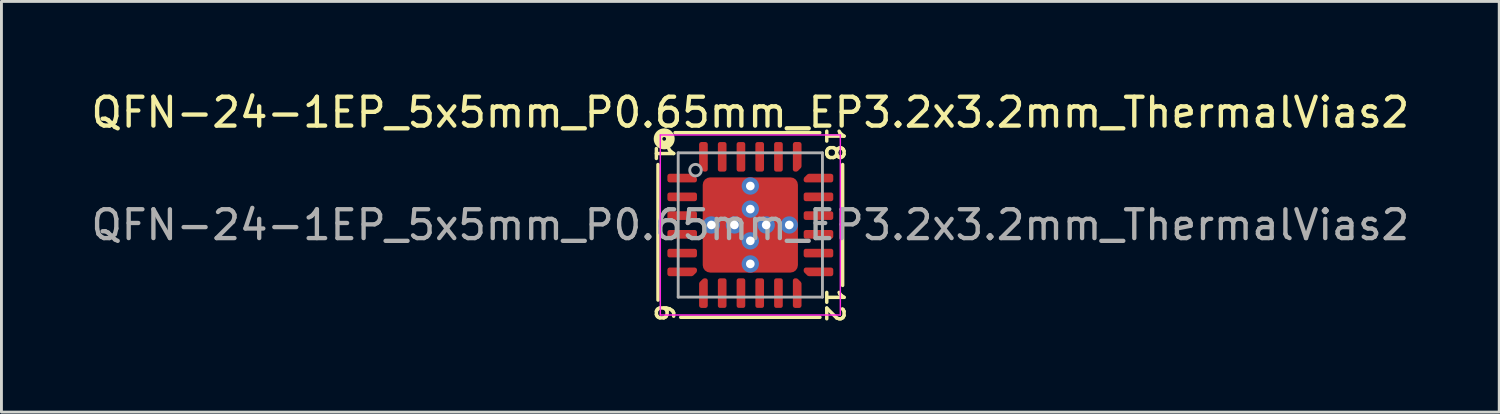
<source format=kicad_pcb>
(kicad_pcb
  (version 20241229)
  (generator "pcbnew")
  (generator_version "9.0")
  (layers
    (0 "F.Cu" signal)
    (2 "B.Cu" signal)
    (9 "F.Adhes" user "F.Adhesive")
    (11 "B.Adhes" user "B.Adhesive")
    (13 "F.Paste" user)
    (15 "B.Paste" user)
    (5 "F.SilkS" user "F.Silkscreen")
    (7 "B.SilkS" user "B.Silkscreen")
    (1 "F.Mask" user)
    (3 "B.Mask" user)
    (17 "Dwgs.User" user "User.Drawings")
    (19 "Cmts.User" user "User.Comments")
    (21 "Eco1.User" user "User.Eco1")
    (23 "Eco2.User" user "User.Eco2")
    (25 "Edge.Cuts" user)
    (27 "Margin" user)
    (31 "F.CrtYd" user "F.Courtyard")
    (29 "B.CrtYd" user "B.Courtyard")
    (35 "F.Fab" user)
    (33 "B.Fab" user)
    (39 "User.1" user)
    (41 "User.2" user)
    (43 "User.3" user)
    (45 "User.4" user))
  (footprint "QFN-24-1EP_5x5mm_P0.65mm_EP3.2x3.2mm_ThermalVias2"
    (layer "F.Cu")
    (at 22.958 4.748)
    (property "Reference" "QFN-24-1EP_5x5mm_P0.65mm_EP3.2x3.2mm_ThermalVias2" (at 0 -3.9 0) (layer "F.SilkS") (effects (font (size 1 1) (thickness 0.15))))
    (attr smd)
    (fp_line (start -3.2 -2.095) (end -3.2 2.603) (stroke (width 0.12) (type solid)) (layer "F.SilkS"))
    (fp_line (start -2.413 3.2) (end 2.413 3.2) (stroke (width 0.12) (type solid)) (layer "F.SilkS"))
    (fp_line (start 2.408 -3.2) (end -2.608 -3.2) (stroke (width 0.12) (type solid)) (layer "F.SilkS"))
    (fp_line (start 3.2 2.095) (end 3.2 -2.095) (stroke (width 0.12) (type solid)) (layer "F.SilkS"))
    (fp_circle (center -2.985 -2.985) (end -2.921 -2.985) (stroke (width 0.3) (type solid)) (fill no) (layer "F.SilkS"))
    (fp_line (start -3.12 -3.12) (end -3.12 3.12) (stroke (width 0.05) (type solid)) (layer "F.CrtYd"))
    (fp_line (start -3.12 3.12) (end 3.12 3.12) (stroke (width 0.05) (type solid)) (layer "F.CrtYd"))
    (fp_line (start 3.12 -3.12) (end -3.12 -3.12) (stroke (width 0.05) (type solid)) (layer "F.CrtYd"))
    (fp_line (start 3.12 3.12) (end 3.12 -3.12) (stroke (width 0.05) (type solid)) (layer "F.CrtYd"))
    (fp_line (start -2.5 -2.5) (end 2.5 -2.5) (stroke (width 0.1) (type solid)) (layer "F.Fab"))
    (fp_line (start -2.5 2.5) (end -2.5 -2.5) (stroke (width 0.1) (type solid)) (layer "F.Fab"))
    (fp_line (start 2.5 -2.5) (end 2.5 2.5) (stroke (width 0.1) (type solid)) (layer "F.Fab"))
    (fp_line (start 2.5 2.5) (end -2.5 2.5) (stroke (width 0.1) (type solid)) (layer "F.Fab"))
    (fp_circle (center -1.9 -1.9) (end -1.7 -1.9) (stroke (width 0.1) (type solid)) (fill no) (layer "F.Fab"))
    (fp_text user "12" (at 2.921 2.794 270) (unlocked yes) (layer "F.SilkS") (effects (font (size 0.6 0.6) (thickness 0.12))))
    (fp_text user "1" (at -2.985 -2.477 270) (unlocked yes) (layer "F.SilkS") (effects (font (size 0.6 0.6) (thickness 0.12))))
    (fp_text user "18" (at 2.921 -2.794 270) (unlocked yes) (layer "F.SilkS") (effects (font (size 0.6 0.6) (thickness 0.12))))
    (fp_text user "6" (at -2.985 3.048 270) (unlocked yes) (layer "F.SilkS") (effects (font (size 0.6 0.6) (thickness 0.12))))
    (fp_text user "${REFERENCE}" (at 0 0 0) (layer "F.Fab") (effects (font (size 1 1) (thickness 0.15))))
    (pad "" smd roundrect (at -1.25 -1.25) (size 0.45 0.45) (layers "F.Paste") (roundrect_rratio 0.25))
    (pad "" smd roundrect (at -1.25 -0.6) (size 0.45 0.45) (layers "F.Paste") (roundrect_rratio 0.25))
    (pad "" smd roundrect (at -1.25 0.6) (size 0.45 0.45) (layers "F.Paste") (roundrect_rratio 0.25))
    (pad "" smd roundrect (at -1.25 1.25) (size 0.45 0.45) (layers "F.Paste") (roundrect_rratio 0.25))
    (pad "" smd roundrect (at -0.925 -0.925) (size 1.25 1.25) (layers "F.Mask") (roundrect_rratio 0.2))
    (pad "" smd roundrect (at -0.925 0.925) (size 1.25 1.25) (layers "F.Mask") (roundrect_rratio 0.2))
    (pad "" smd roundrect (at -0.6 -1.25) (size 0.45 0.45) (layers "F.Paste") (roundrect_rratio 0.25))
    (pad "" smd roundrect (at -0.6 -0.6) (size 0.45 0.45) (layers "F.Paste") (roundrect_rratio 0.25))
    (pad "" smd roundrect (at -0.6 0.6) (size 0.45 0.45) (layers "F.Paste") (roundrect_rratio 0.25))
    (pad "" smd roundrect (at -0.6 1.25) (size 0.45 0.45) (layers "F.Paste") (roundrect_rratio 0.25))
    (pad "" smd roundrect (at 0.6 -1.25) (size 0.45 0.45) (layers "F.Paste") (roundrect_rratio 0.25))
    (pad "" smd roundrect (at 0.6 -0.6) (size 0.45 0.45) (layers "F.Paste") (roundrect_rratio 0.25))
    (pad "" smd roundrect (at 0.6 0.6) (size 0.45 0.45) (layers "F.Paste") (roundrect_rratio 0.25))
    (pad "" smd roundrect (at 0.6 1.25) (size 0.45 0.45) (layers "F.Paste") (roundrect_rratio 0.25))
    (pad "" smd roundrect (at 0.925 -0.925) (size 1.25 1.25) (layers "F.Mask") (roundrect_rratio 0.2))
    (pad "" smd roundrect (at 0.925 0.925) (size 1.25 1.25) (layers "F.Mask") (roundrect_rratio 0.2))
    (pad "" smd roundrect (at 1.25 -1.25) (size 0.45 0.45) (layers "F.Paste") (roundrect_rratio 0.25))
    (pad "" smd roundrect (at 1.25 -0.6) (size 0.45 0.45) (layers "F.Paste") (roundrect_rratio 0.25))
    (pad "" smd roundrect (at 1.25 0.6) (size 0.45 0.45) (layers "F.Paste") (roundrect_rratio 0.25))
    (pad "" smd roundrect (at 1.25 1.25) (size 0.45 0.45) (layers "F.Paste") (roundrect_rratio 0.25))
    (pad "1" smd custom (at -2.362 -1.625) (size 0.194 0.194) (layers "F.Cu" "F.Mask" "F.Paste") (options (anchor circle)) (primitives (gr_poly (pts (xy 0.438 0.031) (xy 0.438 0.075) (xy -0.438 0.075) (xy -0.438 -0.075) (xy 0.331 -0.075)) (width 0.15) (fill yes))))
    (pad "2" smd roundrect (at -2.362 -0.975) (size 1.025 0.3) (layers "F.Cu" "F.Mask" "F.Paste") (roundrect_rratio 0.25))
    (pad "3" smd roundrect (at -2.362 -0.325) (size 1.025 0.3) (layers "F.Cu" "F.Mask" "F.Paste") (roundrect_rratio 0.25))
    (pad "4" smd roundrect (at -2.362 0.325) (size 1.025 0.3) (layers "F.Cu" "F.Mask" "F.Paste") (roundrect_rratio 0.25))
    (pad "5" smd roundrect (at -2.362 0.975) (size 1.025 0.3) (layers "F.Cu" "F.Mask" "F.Paste") (roundrect_rratio 0.25))
    (pad "6" smd custom (at -2.362 1.625) (size 0.194 0.194) (layers "F.Cu" "F.Mask" "F.Paste") (options (anchor circle)) (primitives (gr_poly (pts (xy 0.438 -0.031) (xy 0.331 0.075) (xy -0.438 0.075) (xy -0.438 -0.075) (xy 0.438 -0.075)) (width 0.15) (fill yes))))
    (pad "7" smd custom (at -1.625 2.362) (size 0.194 0.194) (layers "F.Cu" "F.Mask" "F.Paste") (options (anchor circle)) (primitives (gr_poly (pts (xy 0.075 0.438) (xy -0.075 0.438) (xy -0.075 -0.331) (xy 0.031 -0.438) (xy 0.075 -0.438)) (width 0.15) (fill yes))))
    (pad "8" smd roundrect (at -0.975 2.362) (size 0.3 1.025) (layers "F.Cu" "F.Mask" "F.Paste") (roundrect_rratio 0.25))
    (pad "9" smd roundrect (at -0.325 2.362) (size 0.3 1.025) (layers "F.Cu" "F.Mask" "F.Paste") (roundrect_rratio 0.25))
    (pad "10" smd roundrect (at 0.325 2.362) (size 0.3 1.025) (layers "F.Cu" "F.Mask" "F.Paste") (roundrect_rratio 0.25))
    (pad "11" smd roundrect (at 0.975 2.362) (size 0.3 1.025) (layers "F.Cu" "F.Mask" "F.Paste") (roundrect_rratio 0.25))
    (pad "12" smd custom (at 1.625 2.362) (size 0.194 0.194) (layers "F.Cu" "F.Mask" "F.Paste") (options (anchor circle)) (primitives (gr_poly (pts (xy 0.075 -0.331) (xy 0.075 0.438) (xy -0.075 0.438) (xy -0.075 -0.438) (xy -0.031 -0.438)) (width 0.15) (fill yes))))
    (pad "13" smd custom (at 2.362 1.625) (size 0.194 0.194) (layers "F.Cu" "F.Mask" "F.Paste") (options (anchor circle)) (primitives (gr_poly (pts (xy 0.438 0.075) (xy -0.331 0.075) (xy -0.438 -0.031) (xy -0.438 -0.075) (xy 0.438 -0.075)) (width 0.15) (fill yes))))
    (pad "14" smd roundrect (at 2.362 0.975) (size 1.025 0.3) (layers "F.Cu" "F.Mask" "F.Paste") (roundrect_rratio 0.25))
    (pad "15" smd roundrect (at 2.362 0.325) (size 1.025 0.3) (layers "F.Cu" "F.Mask" "F.Paste") (roundrect_rratio 0.25))
    (pad "16" smd roundrect (at 2.362 -0.325) (size 1.025 0.3) (layers "F.Cu" "F.Mask" "F.Paste") (roundrect_rratio 0.25))
    (pad "17" smd roundrect (at 2.362 -0.975) (size 1.025 0.3) (layers "F.Cu" "F.Mask" "F.Paste") (roundrect_rratio 0.25))
    (pad "18" smd custom (at 2.362 -1.625) (size 0.194 0.194) (layers "F.Cu" "F.Mask" "F.Paste") (options (anchor circle)) (primitives (gr_poly (pts (xy 0.438 0.075) (xy -0.438 0.075) (xy -0.438 0.031) (xy -0.331 -0.075) (xy 0.438 -0.075)) (width 0.15) (fill yes))))
    (pad "19" smd custom (at 1.625 -2.362) (size 0.194 0.194) (layers "F.Cu" "F.Mask" "F.Paste") (options (anchor circle)) (primitives (gr_poly (pts (xy 0.075 0.331) (xy -0.031 0.438) (xy -0.075 0.438) (xy -0.075 -0.438) (xy 0.075 -0.438)) (width 0.15) (fill yes))))
    (pad "20" smd roundrect (at 0.975 -2.362) (size 0.3 1.025) (layers "F.Cu" "F.Mask" "F.Paste") (roundrect_rratio 0.25))
    (pad "21" smd roundrect (at 0.325 -2.362) (size 0.3 1.025) (layers "F.Cu" "F.Mask" "F.Paste") (roundrect_rratio 0.25))
    (pad "22" smd roundrect (at -0.325 -2.362) (size 0.3 1.025) (layers "F.Cu" "F.Mask" "F.Paste") (roundrect_rratio 0.25))
    (pad "23" smd roundrect (at -0.975 -2.362) (size 0.3 1.025) (layers "F.Cu" "F.Mask" "F.Paste") (roundrect_rratio 0.25))
    (pad "24" smd custom (at -1.625 -2.362) (size 0.194 0.194) (layers "F.Cu" "F.Mask" "F.Paste") (options (anchor circle)) (primitives (gr_poly (pts (xy 0.075 0.438) (xy 0.031 0.438) (xy -0.075 0.331) (xy -0.075 -0.438) (xy 0.075 -0.438)) (width 0.15) (fill yes))))
    (pad "25" thru_hole circle (at -1.35 0) (size 0.6 0.6) (drill 0.3) (property pad_prop_heatsink) (layers "*.Cu" "*.Mask"))
    (pad "25" thru_hole circle (at -0.55 0) (size 0.6 0.6) (drill 0.3) (property pad_prop_heatsink) (layers "*.Cu" "*.Mask"))
    (pad "25" thru_hole circle (at 0 -1.35) (size 0.6 0.6) (drill 0.3) (property pad_prop_heatsink) (layers "*.Cu" "*.Mask"))
    (pad "25" thru_hole circle (at 0 -0.55) (size 0.6 0.6) (drill 0.3) (property pad_prop_heatsink) (layers "*.Cu" "*.Mask"))
    (pad "25" smd roundrect (at 0 0) (size 3.3 3.3) (layers "F.Cu") (roundrect_rratio 0.078))
    (pad "25" thru_hole circle (at 0 0.55) (size 0.6 0.6) (drill 0.3) (property pad_prop_heatsink) (layers "*.Cu" "*.Mask"))
    (pad "25" thru_hole circle (at 0 1.35) (size 0.6 0.6) (drill 0.3) (property pad_prop_heatsink) (layers "*.Cu" "*.Mask"))
    (pad "25" thru_hole circle (at 0.55 0) (size 0.6 0.6) (drill 0.3) (property pad_prop_heatsink) (layers "*.Cu" "*.Mask"))
    (pad "25" thru_hole circle (at 1.35 0) (size 0.6 0.6) (drill 0.3) (property pad_prop_heatsink) (layers "*.Cu" "*.Mask")))
  (gr_rect
    (start -3 -3)
    (end 48.917 11.234)
    (stroke (width 0.1) (type default))
    (fill no)
    (layer "Edge.Cuts")))
</source>
